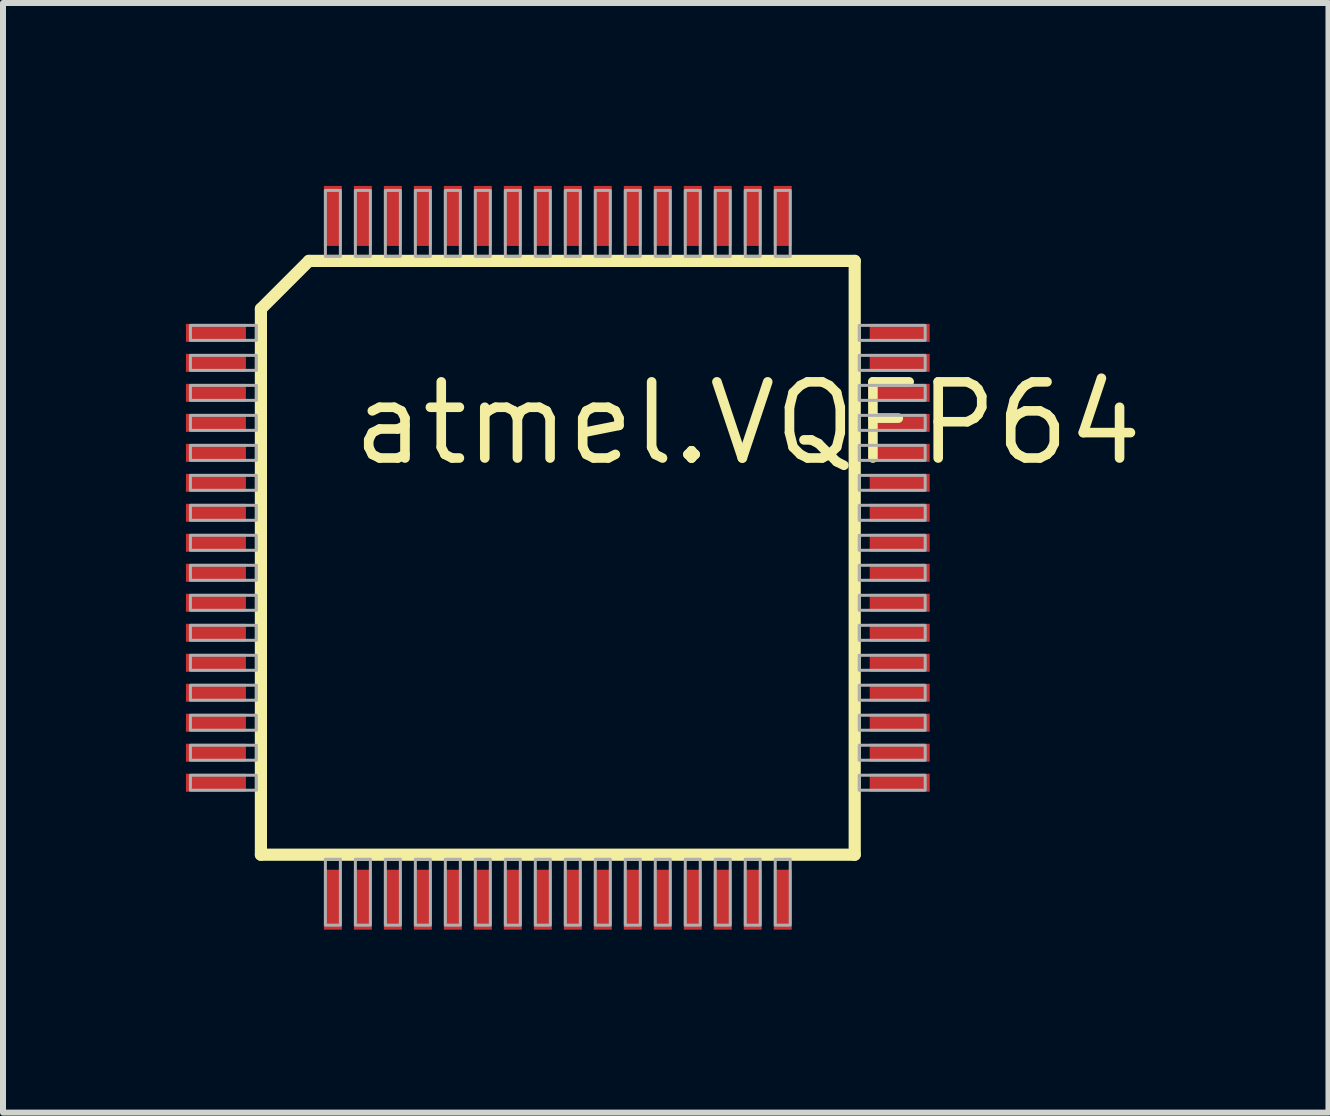
<source format=kicad_pcb>
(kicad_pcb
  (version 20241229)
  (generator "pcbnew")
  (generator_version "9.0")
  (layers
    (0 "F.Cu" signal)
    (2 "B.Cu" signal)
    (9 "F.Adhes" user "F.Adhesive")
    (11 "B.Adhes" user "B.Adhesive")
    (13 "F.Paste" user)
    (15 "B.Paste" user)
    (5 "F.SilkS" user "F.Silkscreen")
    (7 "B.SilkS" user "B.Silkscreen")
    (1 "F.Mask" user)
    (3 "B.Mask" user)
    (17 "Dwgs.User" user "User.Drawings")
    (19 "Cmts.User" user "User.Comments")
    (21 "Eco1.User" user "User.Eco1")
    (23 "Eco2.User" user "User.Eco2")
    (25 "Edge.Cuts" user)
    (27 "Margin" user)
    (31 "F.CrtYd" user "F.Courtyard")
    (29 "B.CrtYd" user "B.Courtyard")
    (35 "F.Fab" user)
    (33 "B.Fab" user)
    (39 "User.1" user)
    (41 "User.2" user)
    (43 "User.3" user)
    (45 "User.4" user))
  (footprint "atmel.VQFP64"
    (layer "F.Cu")
    (at 6.25 6.25)
    (property "Reference" "atmel.VQFP64" (at -3.5 -1.5 0) (layer "F.SilkS") (effects (font (size 1.27 1.27) (thickness 0.16)) (justify left bottom)))
    (attr smd)
    (fp_rect (start -6.225 -3.575) (end -5.175 -3.925) (stroke (width 0.05) (type default)) (fill yes) (layer "F.Mask"))
    (fp_rect (start -6.225 -3.075) (end -5.175 -3.425) (stroke (width 0.05) (type default)) (fill yes) (layer "F.Mask"))
    (fp_rect (start -6.225 -2.575) (end -5.175 -2.925) (stroke (width 0.05) (type default)) (fill yes) (layer "F.Mask"))
    (fp_rect (start -6.225 -2.075) (end -5.175 -2.425) (stroke (width 0.05) (type default)) (fill yes) (layer "F.Mask"))
    (fp_rect (start -6.225 -1.575) (end -5.175 -1.925) (stroke (width 0.05) (type default)) (fill yes) (layer "F.Mask"))
    (fp_rect (start -6.225 -1.075) (end -5.175 -1.425) (stroke (width 0.05) (type default)) (fill yes) (layer "F.Mask"))
    (fp_rect (start -6.225 -0.575) (end -5.175 -0.925) (stroke (width 0.05) (type default)) (fill yes) (layer "F.Mask"))
    (fp_rect (start -6.225 -0.075) (end -5.175 -0.425) (stroke (width 0.05) (type default)) (fill yes) (layer "F.Mask"))
    (fp_rect (start -6.225 0.425) (end -5.175 0.075) (stroke (width 0.05) (type default)) (fill yes) (layer "F.Mask"))
    (fp_rect (start -6.225 0.925) (end -5.175 0.575) (stroke (width 0.05) (type default)) (fill yes) (layer "F.Mask"))
    (fp_rect (start -6.225 1.425) (end -5.175 1.075) (stroke (width 0.05) (type default)) (fill yes) (layer "F.Mask"))
    (fp_rect (start -6.225 1.925) (end -5.175 1.575) (stroke (width 0.05) (type default)) (fill yes) (layer "F.Mask"))
    (fp_rect (start -6.225 2.425) (end -5.175 2.075) (stroke (width 0.05) (type default)) (fill yes) (layer "F.Mask"))
    (fp_rect (start -6.225 2.925) (end -5.175 2.575) (stroke (width 0.05) (type default)) (fill yes) (layer "F.Mask"))
    (fp_rect (start -6.225 3.425) (end -5.175 3.075) (stroke (width 0.05) (type default)) (fill yes) (layer "F.Mask"))
    (fp_rect (start -6.225 3.925) (end -5.175 3.575) (stroke (width 0.05) (type default)) (fill yes) (layer "F.Mask"))
    (fp_rect (start -3.925 -5.175) (end -3.575 -6.225) (stroke (width 0.05) (type default)) (fill yes) (layer "F.Mask"))
    (fp_rect (start -3.925 6.225) (end -3.575 5.175) (stroke (width 0.05) (type default)) (fill yes) (layer "F.Mask"))
    (fp_rect (start -3.425 -5.175) (end -3.075 -6.225) (stroke (width 0.05) (type default)) (fill yes) (layer "F.Mask"))
    (fp_rect (start -3.425 6.225) (end -3.075 5.175) (stroke (width 0.05) (type default)) (fill yes) (layer "F.Mask"))
    (fp_rect (start -2.925 -5.175) (end -2.575 -6.225) (stroke (width 0.05) (type default)) (fill yes) (layer "F.Mask"))
    (fp_rect (start -2.925 6.225) (end -2.575 5.175) (stroke (width 0.05) (type default)) (fill yes) (layer "F.Mask"))
    (fp_rect (start -2.425 -5.175) (end -2.075 -6.225) (stroke (width 0.05) (type default)) (fill yes) (layer "F.Mask"))
    (fp_rect (start -2.425 6.225) (end -2.075 5.175) (stroke (width 0.05) (type default)) (fill yes) (layer "F.Mask"))
    (fp_rect (start -1.925 -5.175) (end -1.575 -6.225) (stroke (width 0.05) (type default)) (fill yes) (layer "F.Mask"))
    (fp_rect (start -1.925 6.225) (end -1.575 5.175) (stroke (width 0.05) (type default)) (fill yes) (layer "F.Mask"))
    (fp_rect (start -1.425 -5.175) (end -1.075 -6.225) (stroke (width 0.05) (type default)) (fill yes) (layer "F.Mask"))
    (fp_rect (start -1.425 6.225) (end -1.075 5.175) (stroke (width 0.05) (type default)) (fill yes) (layer "F.Mask"))
    (fp_rect (start -0.925 -5.175) (end -0.575 -6.225) (stroke (width 0.05) (type default)) (fill yes) (layer "F.Mask"))
    (fp_rect (start -0.925 6.225) (end -0.575 5.175) (stroke (width 0.05) (type default)) (fill yes) (layer "F.Mask"))
    (fp_rect (start -0.425 -5.175) (end -0.075 -6.225) (stroke (width 0.05) (type default)) (fill yes) (layer "F.Mask"))
    (fp_rect (start -0.425 6.225) (end -0.075 5.175) (stroke (width 0.05) (type default)) (fill yes) (layer "F.Mask"))
    (fp_rect (start 0.075 -5.175) (end 0.425 -6.225) (stroke (width 0.05) (type default)) (fill yes) (layer "F.Mask"))
    (fp_rect (start 0.075 6.225) (end 0.425 5.175) (stroke (width 0.05) (type default)) (fill yes) (layer "F.Mask"))
    (fp_rect (start 0.575 -5.175) (end 0.925 -6.225) (stroke (width 0.05) (type default)) (fill yes) (layer "F.Mask"))
    (fp_rect (start 0.575 6.225) (end 0.925 5.175) (stroke (width 0.05) (type default)) (fill yes) (layer "F.Mask"))
    (fp_rect (start 1.075 -5.175) (end 1.425 -6.225) (stroke (width 0.05) (type default)) (fill yes) (layer "F.Mask"))
    (fp_rect (start 1.075 6.225) (end 1.425 5.175) (stroke (width 0.05) (type default)) (fill yes) (layer "F.Mask"))
    (fp_rect (start 1.575 -5.175) (end 1.925 -6.225) (stroke (width 0.05) (type default)) (fill yes) (layer "F.Mask"))
    (fp_rect (start 1.575 6.225) (end 1.925 5.175) (stroke (width 0.05) (type default)) (fill yes) (layer "F.Mask"))
    (fp_rect (start 2.075 -5.175) (end 2.425 -6.225) (stroke (width 0.05) (type default)) (fill yes) (layer "F.Mask"))
    (fp_rect (start 2.075 6.225) (end 2.425 5.175) (stroke (width 0.05) (type default)) (fill yes) (layer "F.Mask"))
    (fp_rect (start 2.575 -5.175) (end 2.925 -6.225) (stroke (width 0.05) (type default)) (fill yes) (layer "F.Mask"))
    (fp_rect (start 2.575 6.225) (end 2.925 5.175) (stroke (width 0.05) (type default)) (fill yes) (layer "F.Mask"))
    (fp_rect (start 3.075 -5.175) (end 3.425 -6.225) (stroke (width 0.05) (type default)) (fill yes) (layer "F.Mask"))
    (fp_rect (start 3.075 6.225) (end 3.425 5.175) (stroke (width 0.05) (type default)) (fill yes) (layer "F.Mask"))
    (fp_rect (start 3.575 -5.175) (end 3.925 -6.225) (stroke (width 0.05) (type default)) (fill yes) (layer "F.Mask"))
    (fp_rect (start 3.575 6.225) (end 3.925 5.175) (stroke (width 0.05) (type default)) (fill yes) (layer "F.Mask"))
    (fp_rect (start 5.175 -3.575) (end 6.225 -3.925) (stroke (width 0.05) (type default)) (fill yes) (layer "F.Mask"))
    (fp_rect (start 5.175 -3.075) (end 6.225 -3.425) (stroke (width 0.05) (type default)) (fill yes) (layer "F.Mask"))
    (fp_rect (start 5.175 -2.575) (end 6.225 -2.925) (stroke (width 0.05) (type default)) (fill yes) (layer "F.Mask"))
    (fp_rect (start 5.175 -2.075) (end 6.225 -2.425) (stroke (width 0.05) (type default)) (fill yes) (layer "F.Mask"))
    (fp_rect (start 5.175 -1.575) (end 6.225 -1.925) (stroke (width 0.05) (type default)) (fill yes) (layer "F.Mask"))
    (fp_rect (start 5.175 -1.075) (end 6.225 -1.425) (stroke (width 0.05) (type default)) (fill yes) (layer "F.Mask"))
    (fp_rect (start 5.175 -0.575) (end 6.225 -0.925) (stroke (width 0.05) (type default)) (fill yes) (layer "F.Mask"))
    (fp_rect (start 5.175 -0.075) (end 6.225 -0.425) (stroke (width 0.05) (type default)) (fill yes) (layer "F.Mask"))
    (fp_rect (start 5.175 0.425) (end 6.225 0.075) (stroke (width 0.05) (type default)) (fill yes) (layer "F.Mask"))
    (fp_rect (start 5.175 0.925) (end 6.225 0.575) (stroke (width 0.05) (type default)) (fill yes) (layer "F.Mask"))
    (fp_rect (start 5.175 1.425) (end 6.225 1.075) (stroke (width 0.05) (type default)) (fill yes) (layer "F.Mask"))
    (fp_rect (start 5.175 1.925) (end 6.225 1.575) (stroke (width 0.05) (type default)) (fill yes) (layer "F.Mask"))
    (fp_rect (start 5.175 2.425) (end 6.225 2.075) (stroke (width 0.05) (type default)) (fill yes) (layer "F.Mask"))
    (fp_rect (start 5.175 2.925) (end 6.225 2.575) (stroke (width 0.05) (type default)) (fill yes) (layer "F.Mask"))
    (fp_rect (start 5.175 3.425) (end 6.225 3.075) (stroke (width 0.05) (type default)) (fill yes) (layer "F.Mask"))
    (fp_rect (start 5.175 3.925) (end 6.225 3.575) (stroke (width 0.05) (type default)) (fill yes) (layer "F.Mask"))
    (fp_line (start -4.95 -4.15) (end -4.15 -4.95) (stroke (width 0.203) (type default)) (layer "F.SilkS"))
    (fp_line (start -4.95 4.95) (end -4.95 -4.15) (stroke (width 0.203) (type default)) (layer "F.SilkS"))
    (fp_line (start -4.15 -4.95) (end 4.95 -4.95) (stroke (width 0.203) (type default)) (layer "F.SilkS"))
    (fp_line (start 4.95 -4.95) (end 4.95 4.95) (stroke (width 0.203) (type default)) (layer "F.SilkS"))
    (fp_line (start 4.95 4.95) (end -4.95 4.95) (stroke (width 0.203) (type default)) (layer "F.SilkS"))
    (fp_rect (start -6.125 -3.625) (end -5.025 -3.875) (stroke (width 0.05) (type default)) (fill no) (layer "F.Fab"))
    (fp_rect (start -6.125 -3.125) (end -5.025 -3.375) (stroke (width 0.05) (type default)) (fill no) (layer "F.Fab"))
    (fp_rect (start -6.125 -2.625) (end -5.025 -2.875) (stroke (width 0.05) (type default)) (fill no) (layer "F.Fab"))
    (fp_rect (start -6.125 -2.125) (end -5.025 -2.375) (stroke (width 0.05) (type default)) (fill no) (layer "F.Fab"))
    (fp_rect (start -6.125 -1.625) (end -5.025 -1.875) (stroke (width 0.05) (type default)) (fill no) (layer "F.Fab"))
    (fp_rect (start -6.125 -1.125) (end -5.025 -1.375) (stroke (width 0.05) (type default)) (fill no) (layer "F.Fab"))
    (fp_rect (start -6.125 -0.625) (end -5.025 -0.875) (stroke (width 0.05) (type default)) (fill no) (layer "F.Fab"))
    (fp_rect (start -6.125 -0.125) (end -5.025 -0.375) (stroke (width 0.05) (type default)) (fill no) (layer "F.Fab"))
    (fp_rect (start -6.125 0.375) (end -5.025 0.125) (stroke (width 0.05) (type default)) (fill no) (layer "F.Fab"))
    (fp_rect (start -6.125 0.875) (end -5.025 0.625) (stroke (width 0.05) (type default)) (fill no) (layer "F.Fab"))
    (fp_rect (start -6.125 1.375) (end -5.025 1.125) (stroke (width 0.05) (type default)) (fill no) (layer "F.Fab"))
    (fp_rect (start -6.125 1.875) (end -5.025 1.625) (stroke (width 0.05) (type default)) (fill no) (layer "F.Fab"))
    (fp_rect (start -6.125 2.375) (end -5.025 2.125) (stroke (width 0.05) (type default)) (fill no) (layer "F.Fab"))
    (fp_rect (start -6.125 2.875) (end -5.025 2.625) (stroke (width 0.05) (type default)) (fill no) (layer "F.Fab"))
    (fp_rect (start -6.125 3.375) (end -5.025 3.125) (stroke (width 0.05) (type default)) (fill no) (layer "F.Fab"))
    (fp_rect (start -6.125 3.875) (end -5.025 3.625) (stroke (width 0.05) (type default)) (fill no) (layer "F.Fab"))
    (fp_rect (start -3.875 -5.025) (end -3.625 -6.125) (stroke (width 0.05) (type default)) (fill no) (layer "F.Fab"))
    (fp_rect (start -3.875 6.125) (end -3.625 5.025) (stroke (width 0.05) (type default)) (fill no) (layer "F.Fab"))
    (fp_rect (start -3.375 -5.025) (end -3.125 -6.125) (stroke (width 0.05) (type default)) (fill no) (layer "F.Fab"))
    (fp_rect (start -3.375 6.125) (end -3.125 5.025) (stroke (width 0.05) (type default)) (fill no) (layer "F.Fab"))
    (fp_rect (start -2.875 -5.025) (end -2.625 -6.125) (stroke (width 0.05) (type default)) (fill no) (layer "F.Fab"))
    (fp_rect (start -2.875 6.125) (end -2.625 5.025) (stroke (width 0.05) (type default)) (fill no) (layer "F.Fab"))
    (fp_rect (start -2.375 -5.025) (end -2.125 -6.125) (stroke (width 0.05) (type default)) (fill no) (layer "F.Fab"))
    (fp_rect (start -2.375 6.125) (end -2.125 5.025) (stroke (width 0.05) (type default)) (fill no) (layer "F.Fab"))
    (fp_rect (start -1.875 -5.025) (end -1.625 -6.125) (stroke (width 0.05) (type default)) (fill no) (layer "F.Fab"))
    (fp_rect (start -1.875 6.125) (end -1.625 5.025) (stroke (width 0.05) (type default)) (fill no) (layer "F.Fab"))
    (fp_rect (start -1.375 -5.025) (end -1.125 -6.125) (stroke (width 0.05) (type default)) (fill no) (layer "F.Fab"))
    (fp_rect (start -1.375 6.125) (end -1.125 5.025) (stroke (width 0.05) (type default)) (fill no) (layer "F.Fab"))
    (fp_rect (start -0.875 -5.025) (end -0.625 -6.125) (stroke (width 0.05) (type default)) (fill no) (layer "F.Fab"))
    (fp_rect (start -0.875 6.125) (end -0.625 5.025) (stroke (width 0.05) (type default)) (fill no) (layer "F.Fab"))
    (fp_rect (start -0.375 -5.025) (end -0.125 -6.125) (stroke (width 0.05) (type default)) (fill no) (layer "F.Fab"))
    (fp_rect (start -0.375 6.125) (end -0.125 5.025) (stroke (width 0.05) (type default)) (fill no) (layer "F.Fab"))
    (fp_rect (start 0.125 -5.025) (end 0.375 -6.125) (stroke (width 0.05) (type default)) (fill no) (layer "F.Fab"))
    (fp_rect (start 0.125 6.125) (end 0.375 5.025) (stroke (width 0.05) (type default)) (fill no) (layer "F.Fab"))
    (fp_rect (start 0.625 -5.025) (end 0.875 -6.125) (stroke (width 0.05) (type default)) (fill no) (layer "F.Fab"))
    (fp_rect (start 0.625 6.125) (end 0.875 5.025) (stroke (width 0.05) (type default)) (fill no) (layer "F.Fab"))
    (fp_rect (start 1.125 -5.025) (end 1.375 -6.125) (stroke (width 0.05) (type default)) (fill no) (layer "F.Fab"))
    (fp_rect (start 1.125 6.125) (end 1.375 5.025) (stroke (width 0.05) (type default)) (fill no) (layer "F.Fab"))
    (fp_rect (start 1.625 -5.025) (end 1.875 -6.125) (stroke (width 0.05) (type default)) (fill no) (layer "F.Fab"))
    (fp_rect (start 1.625 6.125) (end 1.875 5.025) (stroke (width 0.05) (type default)) (fill no) (layer "F.Fab"))
    (fp_rect (start 2.125 -5.025) (end 2.375 -6.125) (stroke (width 0.05) (type default)) (fill no) (layer "F.Fab"))
    (fp_rect (start 2.125 6.125) (end 2.375 5.025) (stroke (width 0.05) (type default)) (fill no) (layer "F.Fab"))
    (fp_rect (start 2.625 -5.025) (end 2.875 -6.125) (stroke (width 0.05) (type default)) (fill no) (layer "F.Fab"))
    (fp_rect (start 2.625 6.125) (end 2.875 5.025) (stroke (width 0.05) (type default)) (fill no) (layer "F.Fab"))
    (fp_rect (start 3.125 -5.025) (end 3.375 -6.125) (stroke (width 0.05) (type default)) (fill no) (layer "F.Fab"))
    (fp_rect (start 3.125 6.125) (end 3.375 5.025) (stroke (width 0.05) (type default)) (fill no) (layer "F.Fab"))
    (fp_rect (start 3.625 -5.025) (end 3.875 -6.125) (stroke (width 0.05) (type default)) (fill no) (layer "F.Fab"))
    (fp_rect (start 3.625 6.125) (end 3.875 5.025) (stroke (width 0.05) (type default)) (fill no) (layer "F.Fab"))
    (fp_rect (start 5.025 -3.625) (end 6.125 -3.875) (stroke (width 0.05) (type default)) (fill no) (layer "F.Fab"))
    (fp_rect (start 5.025 -3.125) (end 6.125 -3.375) (stroke (width 0.05) (type default)) (fill no) (layer "F.Fab"))
    (fp_rect (start 5.025 -2.625) (end 6.125 -2.875) (stroke (width 0.05) (type default)) (fill no) (layer "F.Fab"))
    (fp_rect (start 5.025 -2.125) (end 6.125 -2.375) (stroke (width 0.05) (type default)) (fill no) (layer "F.Fab"))
    (fp_rect (start 5.025 -1.625) (end 6.125 -1.875) (stroke (width 0.05) (type default)) (fill no) (layer "F.Fab"))
    (fp_rect (start 5.025 -1.125) (end 6.125 -1.375) (stroke (width 0.05) (type default)) (fill no) (layer "F.Fab"))
    (fp_rect (start 5.025 -0.625) (end 6.125 -0.875) (stroke (width 0.05) (type default)) (fill no) (layer "F.Fab"))
    (fp_rect (start 5.025 -0.125) (end 6.125 -0.375) (stroke (width 0.05) (type default)) (fill no) (layer "F.Fab"))
    (fp_rect (start 5.025 0.375) (end 6.125 0.125) (stroke (width 0.05) (type default)) (fill no) (layer "F.Fab"))
    (fp_rect (start 5.025 0.875) (end 6.125 0.625) (stroke (width 0.05) (type default)) (fill no) (layer "F.Fab"))
    (fp_rect (start 5.025 1.375) (end 6.125 1.125) (stroke (width 0.05) (type default)) (fill no) (layer "F.Fab"))
    (fp_rect (start 5.025 1.875) (end 6.125 1.625) (stroke (width 0.05) (type default)) (fill no) (layer "F.Fab"))
    (fp_rect (start 5.025 2.375) (end 6.125 2.125) (stroke (width 0.05) (type default)) (fill no) (layer "F.Fab"))
    (fp_rect (start 5.025 2.875) (end 6.125 2.625) (stroke (width 0.05) (type default)) (fill no) (layer "F.Fab"))
    (fp_rect (start 5.025 3.375) (end 6.125 3.125) (stroke (width 0.05) (type default)) (fill no) (layer "F.Fab"))
    (fp_rect (start 5.025 3.875) (end 6.125 3.625) (stroke (width 0.05) (type default)) (fill no) (layer "F.Fab"))
    (pad "1" smd roundrect (at -5.7 -3.75) (size 1 0.3) (layers "F.Cu" "F.Mask" "F.Paste") (roundrect_rratio 0.01))
    (pad "2" smd roundrect (at -5.7 -3.25) (size 1 0.3) (layers "F.Cu" "F.Mask" "F.Paste") (roundrect_rratio 0.01))
    (pad "3" smd roundrect (at -5.7 -2.75) (size 1 0.3) (layers "F.Cu" "F.Mask" "F.Paste") (roundrect_rratio 0.01))
    (pad "4" smd roundrect (at -5.7 -2.25) (size 1 0.3) (layers "F.Cu" "F.Mask" "F.Paste") (roundrect_rratio 0.01))
    (pad "5" smd roundrect (at -5.7 -1.75) (size 1 0.3) (layers "F.Cu" "F.Mask" "F.Paste") (roundrect_rratio 0.01))
    (pad "6" smd roundrect (at -5.7 -1.25) (size 1 0.3) (layers "F.Cu" "F.Mask" "F.Paste") (roundrect_rratio 0.01))
    (pad "7" smd roundrect (at -5.7 -0.75) (size 1 0.3) (layers "F.Cu" "F.Mask" "F.Paste") (roundrect_rratio 0.01))
    (pad "8" smd roundrect (at -5.7 -0.25) (size 1 0.3) (layers "F.Cu" "F.Mask" "F.Paste") (roundrect_rratio 0.01))
    (pad "9" smd roundrect (at -5.7 0.25) (size 1 0.3) (layers "F.Cu" "F.Mask" "F.Paste") (roundrect_rratio 0.01))
    (pad "10" smd roundrect (at -5.7 0.75) (size 1 0.3) (layers "F.Cu" "F.Mask" "F.Paste") (roundrect_rratio 0.01))
    (pad "11" smd roundrect (at -5.7 1.25) (size 1 0.3) (layers "F.Cu" "F.Mask" "F.Paste") (roundrect_rratio 0.01))
    (pad "12" smd roundrect (at -5.7 1.75) (size 1 0.3) (layers "F.Cu" "F.Mask" "F.Paste") (roundrect_rratio 0.01))
    (pad "13" smd roundrect (at -5.7 2.25) (size 1 0.3) (layers "F.Cu" "F.Mask" "F.Paste") (roundrect_rratio 0.01))
    (pad "14" smd roundrect (at -5.7 2.75) (size 1 0.3) (layers "F.Cu" "F.Mask" "F.Paste") (roundrect_rratio 0.01))
    (pad "15" smd roundrect (at -5.7 3.25) (size 1 0.3) (layers "F.Cu" "F.Mask" "F.Paste") (roundrect_rratio 0.01))
    (pad "16" smd roundrect (at -5.7 3.75) (size 1 0.3) (layers "F.Cu" "F.Mask" "F.Paste") (roundrect_rratio 0.01))
    (pad "17" smd roundrect (at -3.75 5.7 90) (size 1 0.3) (layers "F.Cu" "F.Mask" "F.Paste") (roundrect_rratio 0.01))
    (pad "18" smd roundrect (at -3.25 5.7 90) (size 1 0.3) (layers "F.Cu" "F.Mask" "F.Paste") (roundrect_rratio 0.01))
    (pad "19" smd roundrect (at -2.75 5.7 90) (size 1 0.3) (layers "F.Cu" "F.Mask" "F.Paste") (roundrect_rratio 0.01))
    (pad "20" smd roundrect (at -2.25 5.7 90) (size 1 0.3) (layers "F.Cu" "F.Mask" "F.Paste") (roundrect_rratio 0.01))
    (pad "21" smd roundrect (at -1.75 5.7 90) (size 1 0.3) (layers "F.Cu" "F.Mask" "F.Paste") (roundrect_rratio 0.01))
    (pad "22" smd roundrect (at -1.25 5.7 90) (size 1 0.3) (layers "F.Cu" "F.Mask" "F.Paste") (roundrect_rratio 0.01))
    (pad "23" smd roundrect (at -0.75 5.7 90) (size 1 0.3) (layers "F.Cu" "F.Mask" "F.Paste") (roundrect_rratio 0.01))
    (pad "24" smd roundrect (at -0.25 5.7 90) (size 1 0.3) (layers "F.Cu" "F.Mask" "F.Paste") (roundrect_rratio 0.01))
    (pad "25" smd roundrect (at 0.25 5.7 90) (size 1 0.3) (layers "F.Cu" "F.Mask" "F.Paste") (roundrect_rratio 0.01))
    (pad "26" smd roundrect (at 0.75 5.7 90) (size 1 0.3) (layers "F.Cu" "F.Mask" "F.Paste") (roundrect_rratio 0.01))
    (pad "27" smd roundrect (at 1.25 5.7 90) (size 1 0.3) (layers "F.Cu" "F.Mask" "F.Paste") (roundrect_rratio 0.01))
    (pad "28" smd roundrect (at 1.75 5.7 90) (size 1 0.3) (layers "F.Cu" "F.Mask" "F.Paste") (roundrect_rratio 0.01))
    (pad "29" smd roundrect (at 2.25 5.7 90) (size 1 0.3) (layers "F.Cu" "F.Mask" "F.Paste") (roundrect_rratio 0.01))
    (pad "30" smd roundrect (at 2.75 5.7 90) (size 1 0.3) (layers "F.Cu" "F.Mask" "F.Paste") (roundrect_rratio 0.01))
    (pad "31" smd roundrect (at 3.25 5.7 90) (size 1 0.3) (layers "F.Cu" "F.Mask" "F.Paste") (roundrect_rratio 0.01))
    (pad "32" smd roundrect (at 3.75 5.7 90) (size 1 0.3) (layers "F.Cu" "F.Mask" "F.Paste") (roundrect_rratio 0.01))
    (pad "33" smd roundrect (at 5.7 3.75 180) (size 1 0.3) (layers "F.Cu" "F.Mask" "F.Paste") (roundrect_rratio 0.01))
    (pad "34" smd roundrect (at 5.7 3.25 180) (size 1 0.3) (layers "F.Cu" "F.Mask" "F.Paste") (roundrect_rratio 0.01))
    (pad "35" smd roundrect (at 5.7 2.75 180) (size 1 0.3) (layers "F.Cu" "F.Mask" "F.Paste") (roundrect_rratio 0.01))
    (pad "36" smd roundrect (at 5.7 2.25 180) (size 1 0.3) (layers "F.Cu" "F.Mask" "F.Paste") (roundrect_rratio 0.01))
    (pad "37" smd roundrect (at 5.7 1.75 180) (size 1 0.3) (layers "F.Cu" "F.Mask" "F.Paste") (roundrect_rratio 0.01))
    (pad "38" smd roundrect (at 5.7 1.25 180) (size 1 0.3) (layers "F.Cu" "F.Mask" "F.Paste") (roundrect_rratio 0.01))
    (pad "39" smd roundrect (at 5.7 0.75 180) (size 1 0.3) (layers "F.Cu" "F.Mask" "F.Paste") (roundrect_rratio 0.01))
    (pad "40" smd roundrect (at 5.7 0.25 180) (size 1 0.3) (layers "F.Cu" "F.Mask" "F.Paste") (roundrect_rratio 0.01))
    (pad "41" smd roundrect (at 5.7 -0.25 180) (size 1 0.3) (layers "F.Cu" "F.Mask" "F.Paste") (roundrect_rratio 0.01))
    (pad "42" smd roundrect (at 5.7 -0.75 180) (size 1 0.3) (layers "F.Cu" "F.Mask" "F.Paste") (roundrect_rratio 0.01))
    (pad "43" smd roundrect (at 5.7 -1.25 180) (size 1 0.3) (layers "F.Cu" "F.Mask" "F.Paste") (roundrect_rratio 0.01))
    (pad "44" smd roundrect (at 5.7 -1.75 180) (size 1 0.3) (layers "F.Cu" "F.Mask" "F.Paste") (roundrect_rratio 0.01))
    (pad "45" smd roundrect (at 5.7 -2.25 180) (size 1 0.3) (layers "F.Cu" "F.Mask" "F.Paste") (roundrect_rratio 0.01))
    (pad "46" smd roundrect (at 5.7 -2.75 180) (size 1 0.3) (layers "F.Cu" "F.Mask" "F.Paste") (roundrect_rratio 0.01))
    (pad "47" smd roundrect (at 5.7 -3.25 180) (size 1 0.3) (layers "F.Cu" "F.Mask" "F.Paste") (roundrect_rratio 0.01))
    (pad "48" smd roundrect (at 5.7 -3.75 180) (size 1 0.3) (layers "F.Cu" "F.Mask" "F.Paste") (roundrect_rratio 0.01))
    (pad "49" smd roundrect (at 3.75 -5.7 270) (size 1 0.3) (layers "F.Cu" "F.Mask" "F.Paste") (roundrect_rratio 0.01))
    (pad "50" smd roundrect (at 3.25 -5.7 270) (size 1 0.3) (layers "F.Cu" "F.Mask" "F.Paste") (roundrect_rratio 0.01))
    (pad "51" smd roundrect (at 2.75 -5.7 270) (size 1 0.3) (layers "F.Cu" "F.Mask" "F.Paste") (roundrect_rratio 0.01))
    (pad "52" smd roundrect (at 2.25 -5.7 270) (size 1 0.3) (layers "F.Cu" "F.Mask" "F.Paste") (roundrect_rratio 0.01))
    (pad "53" smd roundrect (at 1.75 -5.7 270) (size 1 0.3) (layers "F.Cu" "F.Mask" "F.Paste") (roundrect_rratio 0.01))
    (pad "54" smd roundrect (at 1.25 -5.7 270) (size 1 0.3) (layers "F.Cu" "F.Mask" "F.Paste") (roundrect_rratio 0.01))
    (pad "55" smd roundrect (at 0.75 -5.7 270) (size 1 0.3) (layers "F.Cu" "F.Mask" "F.Paste") (roundrect_rratio 0.01))
    (pad "56" smd roundrect (at 0.25 -5.7 270) (size 1 0.3) (layers "F.Cu" "F.Mask" "F.Paste") (roundrect_rratio 0.01))
    (pad "57" smd roundrect (at -0.25 -5.7 270) (size 1 0.3) (layers "F.Cu" "F.Mask" "F.Paste") (roundrect_rratio 0.01))
    (pad "58" smd roundrect (at -0.75 -5.7 270) (size 1 0.3) (layers "F.Cu" "F.Mask" "F.Paste") (roundrect_rratio 0.01))
    (pad "59" smd roundrect (at -1.25 -5.7 270) (size 1 0.3) (layers "F.Cu" "F.Mask" "F.Paste") (roundrect_rratio 0.01))
    (pad "60" smd roundrect (at -1.75 -5.7 270) (size 1 0.3) (layers "F.Cu" "F.Mask" "F.Paste") (roundrect_rratio 0.01))
    (pad "61" smd roundrect (at -2.25 -5.7 270) (size 1 0.3) (layers "F.Cu" "F.Mask" "F.Paste") (roundrect_rratio 0.01))
    (pad "62" smd roundrect (at -2.75 -5.7 270) (size 1 0.3) (layers "F.Cu" "F.Mask" "F.Paste") (roundrect_rratio 0.01))
    (pad "63" smd roundrect (at -3.25 -5.7 270) (size 1 0.3) (layers "F.Cu" "F.Mask" "F.Paste") (roundrect_rratio 0.01))
    (pad "64" smd roundrect (at -3.75 -5.7 270) (size 1 0.3) (layers "F.Cu" "F.Mask" "F.Paste") (roundrect_rratio 0.01)))
  (gr_rect
    (start -3 -3)
    (end 19.099 15.5)
    (stroke (width 0.1) (type default))
    (fill no)
    (layer "Edge.Cuts")))
</source>
